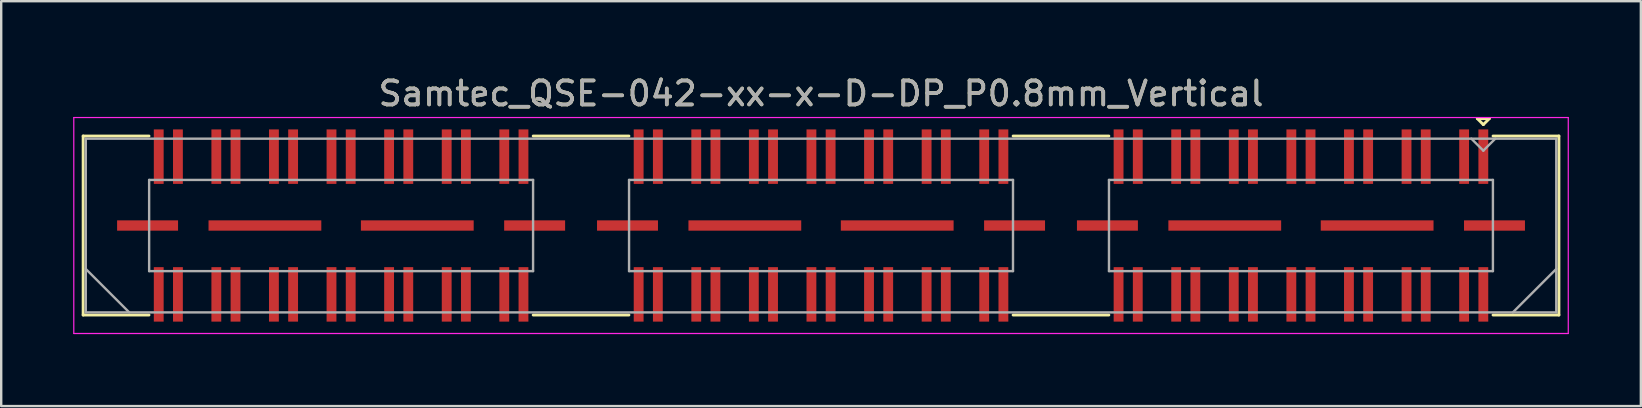
<source format=kicad_pcb>
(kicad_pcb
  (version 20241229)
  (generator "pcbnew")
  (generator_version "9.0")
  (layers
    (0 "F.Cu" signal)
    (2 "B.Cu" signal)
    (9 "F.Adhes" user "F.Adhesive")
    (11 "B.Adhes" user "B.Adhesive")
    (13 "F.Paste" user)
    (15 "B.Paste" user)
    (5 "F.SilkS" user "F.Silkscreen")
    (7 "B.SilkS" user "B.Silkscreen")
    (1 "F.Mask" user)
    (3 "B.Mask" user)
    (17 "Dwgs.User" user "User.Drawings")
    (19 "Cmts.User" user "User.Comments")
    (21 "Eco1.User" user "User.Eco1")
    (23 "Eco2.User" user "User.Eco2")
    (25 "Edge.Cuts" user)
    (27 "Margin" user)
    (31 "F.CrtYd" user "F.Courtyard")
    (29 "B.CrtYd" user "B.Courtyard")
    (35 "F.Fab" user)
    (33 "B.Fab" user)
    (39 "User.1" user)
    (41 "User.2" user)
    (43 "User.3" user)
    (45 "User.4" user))
  (footprint "Samtec_QSE-042-xx-x-D-DP_P0.8mm_Vertical"
    (layer "F.Cu")
    (at 31.165 6.348)
    (property "Reference" "Samtec_QSE-042-xx-x-D-DP_P0.8mm_Vertical" (at 0 -5.5 0) (layer "F.SilkS") (effects (font (size 1 1) (thickness 0.15))))
    (attr smd)
    (fp_line (start -30.75 -3.73) (end -28.005 -3.73) (stroke (width 0.12) (type solid)) (layer "F.SilkS"))
    (fp_line (start -30.75 3.73) (end -30.75 -3.73) (stroke (width 0.12) (type solid)) (layer "F.SilkS"))
    (fp_line (start -28.005 3.73) (end -30.75 3.73) (stroke (width 0.12) (type solid)) (layer "F.SilkS"))
    (fp_line (start -8.005 -3.73) (end -11.995 -3.73) (stroke (width 0.12) (type solid)) (layer "F.SilkS"))
    (fp_line (start -8.005 3.73) (end -11.995 3.73) (stroke (width 0.12) (type solid)) (layer "F.SilkS"))
    (fp_line (start 11.995 -3.73) (end 8.005 -3.73) (stroke (width 0.12) (type solid)) (layer "F.SilkS"))
    (fp_line (start 11.995 3.73) (end 8.005 3.73) (stroke (width 0.12) (type solid)) (layer "F.SilkS"))
    (fp_line (start 27.35 -4.455) (end 27.85 -4.455) (stroke (width 0.12) (type solid)) (layer "F.SilkS"))
    (fp_line (start 27.6 -4.205) (end 27.35 -4.455) (stroke (width 0.12) (type solid)) (layer "F.SilkS"))
    (fp_line (start 27.85 -4.455) (end 27.6 -4.205) (stroke (width 0.12) (type solid)) (layer "F.SilkS"))
    (fp_line (start 28.005 3.73) (end 30.75 3.73) (stroke (width 0.12) (type solid)) (layer "F.SilkS"))
    (fp_line (start 30.75 -3.73) (end 28.005 -3.73) (stroke (width 0.12) (type solid)) (layer "F.SilkS"))
    (fp_line (start 30.75 3.73) (end 30.75 -3.73) (stroke (width 0.12) (type solid)) (layer "F.SilkS"))
    (fp_line (start -31.14 -4.5) (end -31.14 4.5) (stroke (width 0.05) (type solid)) (layer "F.CrtYd"))
    (fp_line (start -31.14 4.5) (end 31.14 4.5) (stroke (width 0.05) (type solid)) (layer "F.CrtYd"))
    (fp_line (start 31.14 -4.5) (end -31.14 -4.5) (stroke (width 0.05) (type solid)) (layer "F.CrtYd"))
    (fp_line (start 31.14 4.5) (end 31.14 -4.5) (stroke (width 0.05) (type solid)) (layer "F.CrtYd"))
    (fp_line (start -30.64 -3.62) (end -30.64 3.62) (stroke (width 0.1) (type solid)) (layer "F.Fab"))
    (fp_line (start -30.64 1.81) (end -28.83 3.62) (stroke (width 0.1) (type solid)) (layer "F.Fab"))
    (fp_line (start -30.64 3.62) (end 30.64 3.62) (stroke (width 0.1) (type solid)) (layer "F.Fab"))
    (fp_line (start -28 -1.9) (end -28 1.9) (stroke (width 0.1) (type solid)) (layer "F.Fab"))
    (fp_line (start -28 1.9) (end -12 1.9) (stroke (width 0.1) (type solid)) (layer "F.Fab"))
    (fp_line (start -12 -1.9) (end -28 -1.9) (stroke (width 0.1) (type solid)) (layer "F.Fab"))
    (fp_line (start -12 1.9) (end -12 -1.9) (stroke (width 0.1) (type solid)) (layer "F.Fab"))
    (fp_line (start -8 -1.9) (end -8 1.9) (stroke (width 0.1) (type solid)) (layer "F.Fab"))
    (fp_line (start -8 1.9) (end 8 1.9) (stroke (width 0.1) (type solid)) (layer "F.Fab"))
    (fp_line (start 8 -1.9) (end -8 -1.9) (stroke (width 0.1) (type solid)) (layer "F.Fab"))
    (fp_line (start 8 1.9) (end 8 -1.9) (stroke (width 0.1) (type solid)) (layer "F.Fab"))
    (fp_line (start 12 -1.9) (end 12 1.9) (stroke (width 0.1) (type solid)) (layer "F.Fab"))
    (fp_line (start 12 1.9) (end 28 1.9) (stroke (width 0.1) (type solid)) (layer "F.Fab"))
    (fp_line (start 27.6 -3.12) (end 27.1 -3.62) (stroke (width 0.1) (type solid)) (layer "F.Fab"))
    (fp_line (start 28 -1.9) (end 12 -1.9) (stroke (width 0.1) (type solid)) (layer "F.Fab"))
    (fp_line (start 28 1.9) (end 28 -1.9) (stroke (width 0.1) (type solid)) (layer "F.Fab"))
    (fp_line (start 28.1 -3.62) (end 27.6 -3.12) (stroke (width 0.1) (type solid)) (layer "F.Fab"))
    (fp_line (start 30.64 -3.62) (end -30.64 -3.62) (stroke (width 0.1) (type solid)) (layer "F.Fab"))
    (fp_line (start 30.64 1.81) (end 28.83 3.62) (stroke (width 0.1) (type solid)) (layer "F.Fab"))
    (fp_line (start 30.64 3.62) (end 30.64 -3.62) (stroke (width 0.1) (type solid)) (layer "F.Fab"))
    (fp_text user "${REFERENCE}" (at 0 -5.5 0) (layer "F.Fab") (effects (font (size 1 1) (thickness 0.15))))
    (pad "1" smd rect (at 27.6 -2.87) (size 0.41 2.27) (layers "F.Cu" "F.Mask" "F.Paste"))
    (pad "2" smd rect (at 27.6 2.87) (size 0.41 2.27) (layers "F.Cu" "F.Mask" "F.Paste"))
    (pad "3" smd rect (at 26.8 -2.87) (size 0.41 2.27) (layers "F.Cu" "F.Mask" "F.Paste"))
    (pad "4" smd rect (at 26.8 2.87) (size 0.41 2.27) (layers "F.Cu" "F.Mask" "F.Paste"))
    (pad "5" smd rect (at 25.2 -2.87) (size 0.41 2.27) (layers "F.Cu" "F.Mask" "F.Paste"))
    (pad "6" smd rect (at 25.2 2.87) (size 0.41 2.27) (layers "F.Cu" "F.Mask" "F.Paste"))
    (pad "7" smd rect (at 24.4 -2.87) (size 0.41 2.27) (layers "F.Cu" "F.Mask" "F.Paste"))
    (pad "8" smd rect (at 24.4 2.87) (size 0.41 2.27) (layers "F.Cu" "F.Mask" "F.Paste"))
    (pad "9" smd rect (at 22.8 -2.87) (size 0.41 2.27) (layers "F.Cu" "F.Mask" "F.Paste"))
    (pad "10" smd rect (at 22.8 2.87) (size 0.41 2.27) (layers "F.Cu" "F.Mask" "F.Paste"))
    (pad "11" smd rect (at 22 -2.87) (size 0.41 2.27) (layers "F.Cu" "F.Mask" "F.Paste"))
    (pad "12" smd rect (at 22 2.87) (size 0.41 2.27) (layers "F.Cu" "F.Mask" "F.Paste"))
    (pad "13" smd rect (at 20.4 -2.87) (size 0.41 2.27) (layers "F.Cu" "F.Mask" "F.Paste"))
    (pad "14" smd rect (at 20.4 2.87) (size 0.41 2.27) (layers "F.Cu" "F.Mask" "F.Paste"))
    (pad "15" smd rect (at 19.6 -2.87) (size 0.41 2.27) (layers "F.Cu" "F.Mask" "F.Paste"))
    (pad "16" smd rect (at 19.6 2.87) (size 0.41 2.27) (layers "F.Cu" "F.Mask" "F.Paste"))
    (pad "17" smd rect (at 18 -2.87) (size 0.41 2.27) (layers "F.Cu" "F.Mask" "F.Paste"))
    (pad "18" smd rect (at 18 2.87) (size 0.41 2.27) (layers "F.Cu" "F.Mask" "F.Paste"))
    (pad "19" smd rect (at 17.2 -2.87) (size 0.41 2.27) (layers "F.Cu" "F.Mask" "F.Paste"))
    (pad "20" smd rect (at 17.2 2.87) (size 0.41 2.27) (layers "F.Cu" "F.Mask" "F.Paste"))
    (pad "21" smd rect (at 15.6 -2.87) (size 0.41 2.27) (layers "F.Cu" "F.Mask" "F.Paste"))
    (pad "22" smd rect (at 15.6 2.87) (size 0.41 2.27) (layers "F.Cu" "F.Mask" "F.Paste"))
    (pad "23" smd rect (at 14.8 -2.87) (size 0.41 2.27) (layers "F.Cu" "F.Mask" "F.Paste"))
    (pad "24" smd rect (at 14.8 2.87) (size 0.41 2.27) (layers "F.Cu" "F.Mask" "F.Paste"))
    (pad "25" smd rect (at 13.2 -2.87) (size 0.41 2.27) (layers "F.Cu" "F.Mask" "F.Paste"))
    (pad "26" smd rect (at 13.2 2.87) (size 0.41 2.27) (layers "F.Cu" "F.Mask" "F.Paste"))
    (pad "27" smd rect (at 12.4 -2.87) (size 0.41 2.27) (layers "F.Cu" "F.Mask" "F.Paste"))
    (pad "28" smd rect (at 12.4 2.87) (size 0.41 2.27) (layers "F.Cu" "F.Mask" "F.Paste"))
    (pad "29" smd rect (at 7.6 -2.87) (size 0.41 2.27) (layers "F.Cu" "F.Mask" "F.Paste"))
    (pad "30" smd rect (at 7.6 2.87) (size 0.41 2.27) (layers "F.Cu" "F.Mask" "F.Paste"))
    (pad "31" smd rect (at 6.8 -2.87) (size 0.41 2.27) (layers "F.Cu" "F.Mask" "F.Paste"))
    (pad "32" smd rect (at 6.8 2.87) (size 0.41 2.27) (layers "F.Cu" "F.Mask" "F.Paste"))
    (pad "33" smd rect (at 5.2 -2.87) (size 0.41 2.27) (layers "F.Cu" "F.Mask" "F.Paste"))
    (pad "34" smd rect (at 5.2 2.87) (size 0.41 2.27) (layers "F.Cu" "F.Mask" "F.Paste"))
    (pad "35" smd rect (at 4.4 -2.87) (size 0.41 2.27) (layers "F.Cu" "F.Mask" "F.Paste"))
    (pad "36" smd rect (at 4.4 2.87) (size 0.41 2.27) (layers "F.Cu" "F.Mask" "F.Paste"))
    (pad "37" smd rect (at 2.8 -2.87) (size 0.41 2.27) (layers "F.Cu" "F.Mask" "F.Paste"))
    (pad "38" smd rect (at 2.8 2.87) (size 0.41 2.27) (layers "F.Cu" "F.Mask" "F.Paste"))
    (pad "39" smd rect (at 2 -2.87) (size 0.41 2.27) (layers "F.Cu" "F.Mask" "F.Paste"))
    (pad "40" smd rect (at 2 2.87) (size 0.41 2.27) (layers "F.Cu" "F.Mask" "F.Paste"))
    (pad "41" smd rect (at 0.4 -2.87) (size 0.41 2.27) (layers "F.Cu" "F.Mask" "F.Paste"))
    (pad "42" smd rect (at 0.4 2.87) (size 0.41 2.27) (layers "F.Cu" "F.Mask" "F.Paste"))
    (pad "43" smd rect (at -0.4 -2.87) (size 0.41 2.27) (layers "F.Cu" "F.Mask" "F.Paste"))
    (pad "44" smd rect (at -0.4 2.87) (size 0.41 2.27) (layers "F.Cu" "F.Mask" "F.Paste"))
    (pad "45" smd rect (at -2 -2.87) (size 0.41 2.27) (layers "F.Cu" "F.Mask" "F.Paste"))
    (pad "46" smd rect (at -2 2.87) (size 0.41 2.27) (layers "F.Cu" "F.Mask" "F.Paste"))
    (pad "47" smd rect (at -2.8 -2.87) (size 0.41 2.27) (layers "F.Cu" "F.Mask" "F.Paste"))
    (pad "48" smd rect (at -2.8 2.87) (size 0.41 2.27) (layers "F.Cu" "F.Mask" "F.Paste"))
    (pad "49" smd rect (at -4.4 -2.87) (size 0.41 2.27) (layers "F.Cu" "F.Mask" "F.Paste"))
    (pad "50" smd rect (at -4.4 2.87) (size 0.41 2.27) (layers "F.Cu" "F.Mask" "F.Paste"))
    (pad "51" smd rect (at -5.2 -2.87) (size 0.41 2.27) (layers "F.Cu" "F.Mask" "F.Paste"))
    (pad "52" smd rect (at -5.2 2.87) (size 0.41 2.27) (layers "F.Cu" "F.Mask" "F.Paste"))
    (pad "53" smd rect (at -6.8 -2.87) (size 0.41 2.27) (layers "F.Cu" "F.Mask" "F.Paste"))
    (pad "54" smd rect (at -6.8 2.87) (size 0.41 2.27) (layers "F.Cu" "F.Mask" "F.Paste"))
    (pad "55" smd rect (at -7.6 -2.87) (size 0.41 2.27) (layers "F.Cu" "F.Mask" "F.Paste"))
    (pad "56" smd rect (at -7.6 2.87) (size 0.41 2.27) (layers "F.Cu" "F.Mask" "F.Paste"))
    (pad "57" smd rect (at -12.4 -2.87) (size 0.41 2.27) (layers "F.Cu" "F.Mask" "F.Paste"))
    (pad "58" smd rect (at -12.4 2.87) (size 0.41 2.27) (layers "F.Cu" "F.Mask" "F.Paste"))
    (pad "59" smd rect (at -13.2 -2.87) (size 0.41 2.27) (layers "F.Cu" "F.Mask" "F.Paste"))
    (pad "60" smd rect (at -13.2 2.87) (size 0.41 2.27) (layers "F.Cu" "F.Mask" "F.Paste"))
    (pad "61" smd rect (at -14.8 -2.87) (size 0.41 2.27) (layers "F.Cu" "F.Mask" "F.Paste"))
    (pad "62" smd rect (at -14.8 2.87) (size 0.41 2.27) (layers "F.Cu" "F.Mask" "F.Paste"))
    (pad "63" smd rect (at -15.6 -2.87) (size 0.41 2.27) (layers "F.Cu" "F.Mask" "F.Paste"))
    (pad "64" smd rect (at -15.6 2.87) (size 0.41 2.27) (layers "F.Cu" "F.Mask" "F.Paste"))
    (pad "65" smd rect (at -17.2 -2.87) (size 0.41 2.27) (layers "F.Cu" "F.Mask" "F.Paste"))
    (pad "66" smd rect (at -17.2 2.87) (size 0.41 2.27) (layers "F.Cu" "F.Mask" "F.Paste"))
    (pad "67" smd rect (at -18 -2.87) (size 0.41 2.27) (layers "F.Cu" "F.Mask" "F.Paste"))
    (pad "68" smd rect (at -18 2.87) (size 0.41 2.27) (layers "F.Cu" "F.Mask" "F.Paste"))
    (pad "69" smd rect (at -19.6 -2.87) (size 0.41 2.27) (layers "F.Cu" "F.Mask" "F.Paste"))
    (pad "70" smd rect (at -19.6 2.87) (size 0.41 2.27) (layers "F.Cu" "F.Mask" "F.Paste"))
    (pad "71" smd rect (at -20.4 -2.87) (size 0.41 2.27) (layers "F.Cu" "F.Mask" "F.Paste"))
    (pad "72" smd rect (at -20.4 2.87) (size 0.41 2.27) (layers "F.Cu" "F.Mask" "F.Paste"))
    (pad "73" smd rect (at -22 -2.87) (size 0.41 2.27) (layers "F.Cu" "F.Mask" "F.Paste"))
    (pad "74" smd rect (at -22 2.87) (size 0.41 2.27) (layers "F.Cu" "F.Mask" "F.Paste"))
    (pad "75" smd rect (at -22.8 -2.87) (size 0.41 2.27) (layers "F.Cu" "F.Mask" "F.Paste"))
    (pad "76" smd rect (at -22.8 2.87) (size 0.41 2.27) (layers "F.Cu" "F.Mask" "F.Paste"))
    (pad "77" smd rect (at -24.4 -2.87) (size 0.41 2.27) (layers "F.Cu" "F.Mask" "F.Paste"))
    (pad "78" smd rect (at -24.4 2.87) (size 0.41 2.27) (layers "F.Cu" "F.Mask" "F.Paste"))
    (pad "79" smd rect (at -25.2 -2.87) (size 0.41 2.27) (layers "F.Cu" "F.Mask" "F.Paste"))
    (pad "80" smd rect (at -25.2 2.87) (size 0.41 2.27) (layers "F.Cu" "F.Mask" "F.Paste"))
    (pad "81" smd rect (at -26.8 -2.87) (size 0.41 2.27) (layers "F.Cu" "F.Mask" "F.Paste"))
    (pad "82" smd rect (at -26.8 2.87) (size 0.41 2.27) (layers "F.Cu" "F.Mask" "F.Paste"))
    (pad "83" smd rect (at -27.6 -2.87) (size 0.41 2.27) (layers "F.Cu" "F.Mask" "F.Paste"))
    (pad "84" smd rect (at -27.6 2.87) (size 0.41 2.27) (layers "F.Cu" "F.Mask" "F.Paste"))
    (pad "P1" smd rect (at 11.935 0) (size 2.54 0.43) (layers "F.Cu" "F.Mask" "F.Paste"))
    (pad "P1" smd rect (at 16.825 0) (size 4.7 0.43) (layers "F.Cu" "F.Mask" "F.Paste"))
    (pad "P1" smd rect (at 23.175 0) (size 4.7 0.43) (layers "F.Cu" "F.Mask" "F.Paste"))
    (pad "P1" smd rect (at 28.065 0) (size 2.54 0.43) (layers "F.Cu" "F.Mask" "F.Paste"))
    (pad "P2" smd rect (at -8.065 0) (size 2.54 0.43) (layers "F.Cu" "F.Mask" "F.Paste"))
    (pad "P2" smd rect (at -3.175 0) (size 4.7 0.43) (layers "F.Cu" "F.Mask" "F.Paste"))
    (pad "P2" smd rect (at 3.175 0) (size 4.7 0.43) (layers "F.Cu" "F.Mask" "F.Paste"))
    (pad "P2" smd rect (at 8.065 0) (size 2.54 0.43) (layers "F.Cu" "F.Mask" "F.Paste"))
    (pad "P3" smd rect (at -28.065 0) (size 2.54 0.43) (layers "F.Cu" "F.Mask" "F.Paste"))
    (pad "P3" smd rect (at -23.175 0) (size 4.7 0.43) (layers "F.Cu" "F.Mask" "F.Paste"))
    (pad "P3" smd rect (at -16.825 0) (size 4.7 0.43) (layers "F.Cu" "F.Mask" "F.Paste"))
    (pad "P3" smd rect (at -11.935 0) (size 2.54 0.43) (layers "F.Cu" "F.Mask" "F.Paste")))
  (gr_rect
    (start -3 -3)
    (end 65.33 13.873)
    (stroke (width 0.1) (type default))
    (fill no)
    (layer "Edge.Cuts")))
</source>
